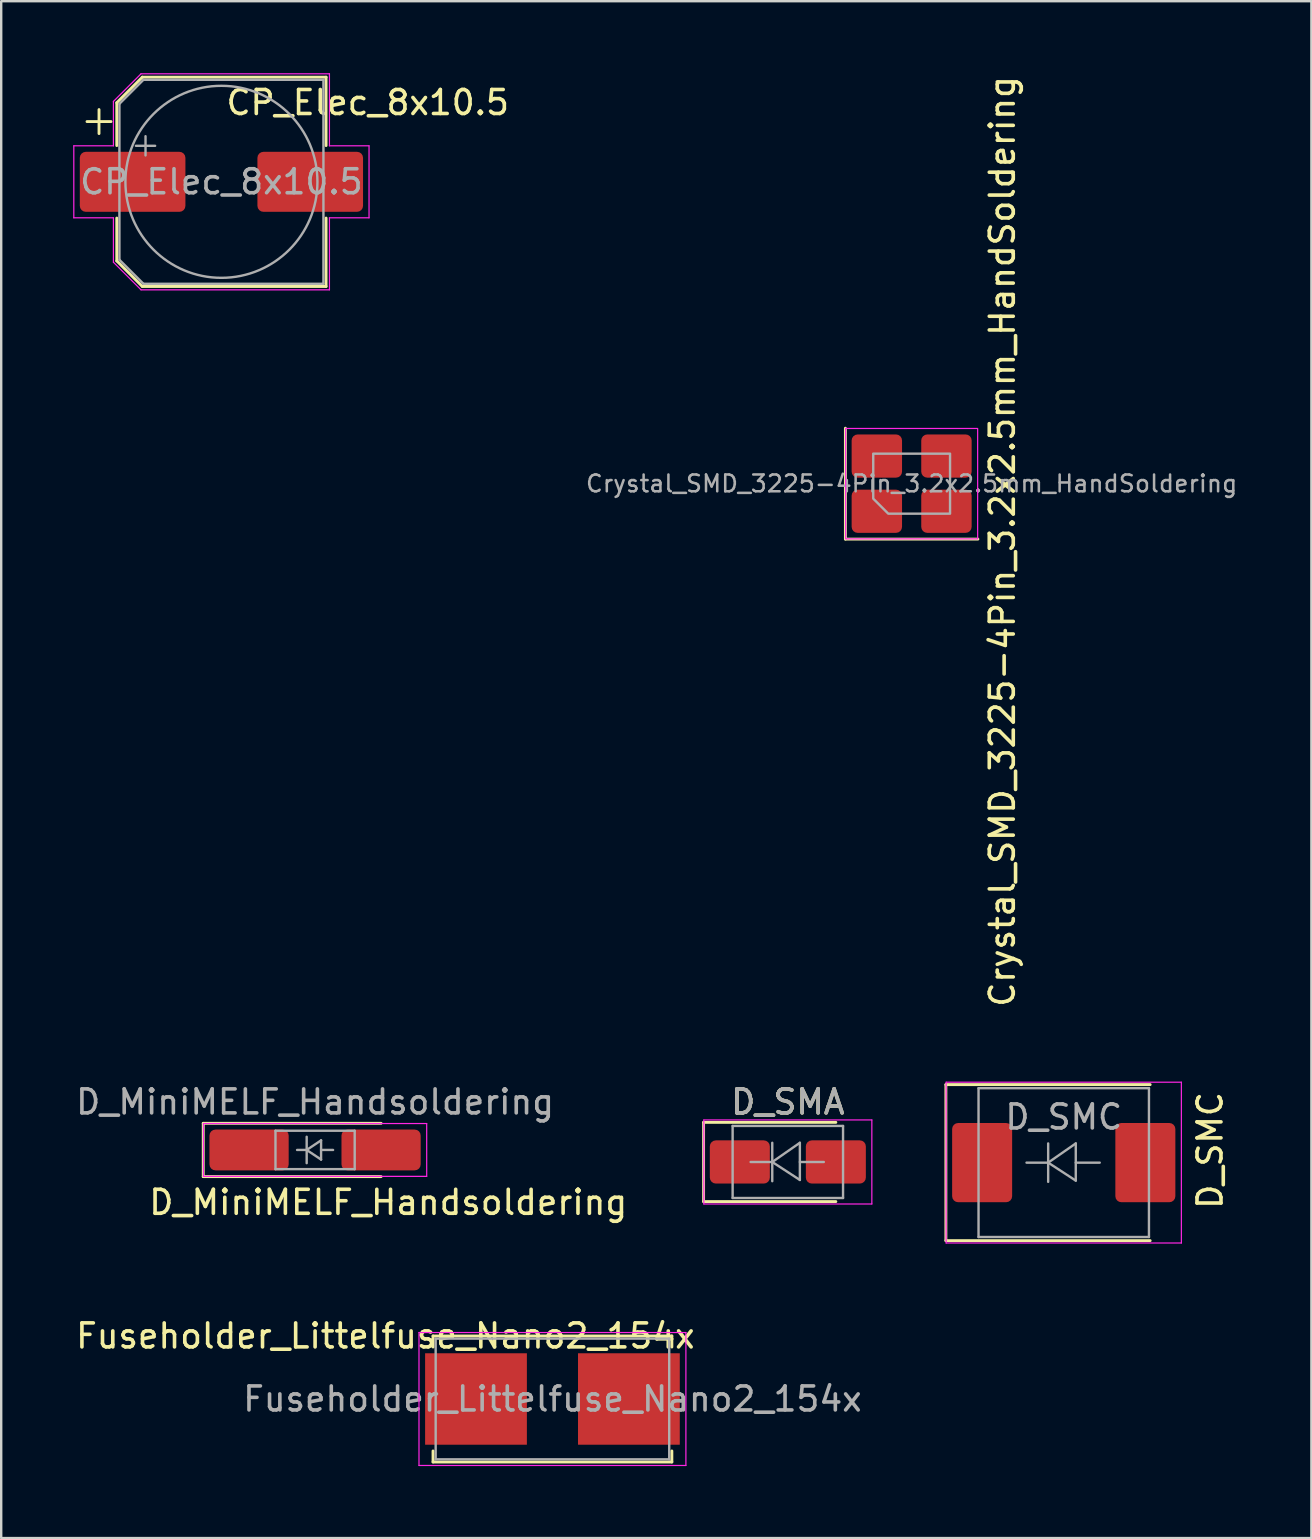
<source format=kicad_pcb>
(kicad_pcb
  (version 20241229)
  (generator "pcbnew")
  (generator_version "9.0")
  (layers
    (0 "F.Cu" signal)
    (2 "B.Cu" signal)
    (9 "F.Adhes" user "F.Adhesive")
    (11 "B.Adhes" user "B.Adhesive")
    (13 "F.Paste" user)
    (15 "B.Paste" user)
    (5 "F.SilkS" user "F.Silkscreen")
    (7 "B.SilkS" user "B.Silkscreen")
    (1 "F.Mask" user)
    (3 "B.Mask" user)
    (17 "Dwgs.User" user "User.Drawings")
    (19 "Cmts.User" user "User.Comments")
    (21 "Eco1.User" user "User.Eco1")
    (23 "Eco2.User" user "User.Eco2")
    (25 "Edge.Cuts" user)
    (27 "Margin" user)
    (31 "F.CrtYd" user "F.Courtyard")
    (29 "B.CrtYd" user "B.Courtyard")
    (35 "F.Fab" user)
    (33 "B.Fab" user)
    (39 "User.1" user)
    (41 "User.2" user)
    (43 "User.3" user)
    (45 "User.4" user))
  (footprint "D_MiniMELF_Handsoldering"
    (layer "F.Cu")
    (at 10.077 44.86)
    (property "Reference" "D_MiniMELF_Handsoldering" (at 3.048 2.183 180) (layer "F.SilkS") (effects (font (size 1 1) (thickness 0.15))))
    (attr smd)
    (fp_line (start -4.66 -1.11) (end -4.66 1.11) (stroke (width 0.12) (type solid)) (layer "F.SilkS"))
    (fp_line (start -4.66 1.11) (end 2.75 1.11) (stroke (width 0.12) (type solid)) (layer "F.SilkS"))
    (fp_line (start 2.75 -1.11) (end -4.66 -1.11) (stroke (width 0.12) (type solid)) (layer "F.SilkS"))
    (fp_line (start -4.65 -1.1) (end 4.65 -1.1) (stroke (width 0.05) (type solid)) (layer "F.CrtYd"))
    (fp_line (start -4.65 1.1) (end -4.65 -1.1) (stroke (width 0.05) (type solid)) (layer "F.CrtYd"))
    (fp_line (start 4.65 -1.1) (end 4.65 1.1) (stroke (width 0.05) (type solid)) (layer "F.CrtYd"))
    (fp_line (start 4.65 1.1) (end -4.65 1.1) (stroke (width 0.05) (type solid)) (layer "F.CrtYd"))
    (fp_line (start -1.65 -0.8) (end 1.65 -0.8) (stroke (width 0.1) (type solid)) (layer "F.Fab"))
    (fp_line (start -1.65 0.8) (end -1.65 -0.8) (stroke (width 0.1) (type solid)) (layer "F.Fab"))
    (fp_line (start -0.75 0) (end -0.35 0) (stroke (width 0.1) (type solid)) (layer "F.Fab"))
    (fp_line (start -0.35 0) (end -0.35 -0.55) (stroke (width 0.1) (type solid)) (layer "F.Fab"))
    (fp_line (start -0.35 0) (end -0.35 0.55) (stroke (width 0.1) (type solid)) (layer "F.Fab"))
    (fp_line (start -0.35 0) (end 0.25 -0.4) (stroke (width 0.1) (type solid)) (layer "F.Fab"))
    (fp_line (start 0.25 -0.4) (end 0.25 0.4) (stroke (width 0.1) (type solid)) (layer "F.Fab"))
    (fp_line (start 0.25 0) (end 0.75 0) (stroke (width 0.1) (type solid)) (layer "F.Fab"))
    (fp_line (start 0.25 0.4) (end -0.35 0) (stroke (width 0.1) (type solid)) (layer "F.Fab"))
    (fp_line (start 1.65 -0.8) (end 1.65 0.8) (stroke (width 0.1) (type solid)) (layer "F.Fab"))
    (fp_line (start 1.65 0.8) (end -1.65 0.8) (stroke (width 0.1) (type solid)) (layer "F.Fab"))
    (fp_text user "${REFERENCE}" (at 0 -2 180) (layer "F.Fab") (effects (font (size 1 1) (thickness 0.15))))
    (pad "1" smd roundrect (at -2.75 0) (size 3.3 1.7) (layers "F.Cu" "F.Mask" "F.Paste") (roundrect_rratio 0.147))
    (pad "2" smd roundrect (at 2.75 0) (size 3.3 1.7) (layers "F.Cu" "F.Mask" "F.Paste") (roundrect_rratio 0.147)))
  (footprint "D_SMA"
    (layer "F.Cu")
    (at 29.773 45.36)
    (property "Reference" "D_SMA" (at 0 -2.5 0) (layer "F.SilkS") (effects (font (size 1 1) (thickness 0.15))))
    (attr smd)
    (fp_line (start -3.51 -1.65) (end -3.51 1.65) (stroke (width 0.12) (type solid)) (layer "F.SilkS"))
    (fp_line (start -3.51 -1.65) (end 2 -1.65) (stroke (width 0.12) (type solid)) (layer "F.SilkS"))
    (fp_line (start -3.51 1.65) (end 2 1.65) (stroke (width 0.12) (type solid)) (layer "F.SilkS"))
    (fp_line (start -3.5 -1.75) (end 3.5 -1.75) (stroke (width 0.05) (type solid)) (layer "F.CrtYd"))
    (fp_line (start -3.5 1.75) (end -3.5 -1.75) (stroke (width 0.05) (type solid)) (layer "F.CrtYd"))
    (fp_line (start 3.5 -1.75) (end 3.5 1.75) (stroke (width 0.05) (type solid)) (layer "F.CrtYd"))
    (fp_line (start 3.5 1.75) (end -3.5 1.75) (stroke (width 0.05) (type solid)) (layer "F.CrtYd"))
    (fp_line (start -2.3 1.5) (end -2.3 -1.5) (stroke (width 0.1) (type solid)) (layer "F.Fab"))
    (fp_line (start -0.649 -0.799) (end -0.649 0.801) (stroke (width 0.1) (type solid)) (layer "F.Fab"))
    (fp_line (start -0.649 0.001) (end -1.551 0.001) (stroke (width 0.1) (type solid)) (layer "F.Fab"))
    (fp_line (start -0.649 0.001) (end 0.501 -0.799) (stroke (width 0.1) (type solid)) (layer "F.Fab"))
    (fp_line (start -0.649 0.001) (end 0.501 0.75) (stroke (width 0.1) (type solid)) (layer "F.Fab"))
    (fp_line (start 0.501 0.001) (end 1.499 0.001) (stroke (width 0.1) (type solid)) (layer "F.Fab"))
    (fp_line (start 0.501 0.75) (end 0.501 -0.799) (stroke (width 0.1) (type solid)) (layer "F.Fab"))
    (fp_line (start 2.3 -1.5) (end -2.3 -1.5) (stroke (width 0.1) (type solid)) (layer "F.Fab"))
    (fp_line (start 2.3 -1.5) (end 2.3 1.5) (stroke (width 0.1) (type solid)) (layer "F.Fab"))
    (fp_line (start 2.3 1.5) (end -2.3 1.5) (stroke (width 0.1) (type solid)) (layer "F.Fab"))
    (fp_text user "${REFERENCE}" (at 0 -2.5 0) (layer "F.Fab") (effects (font (size 1 1) (thickness 0.15))))
    (pad "1" smd roundrect (at -2 0) (size 2.5 1.8) (layers "F.Cu" "F.Mask" "F.Paste") (roundrect_rratio 0.139))
    (pad "2" smd roundrect (at 2 0) (size 2.5 1.8) (layers "F.Cu" "F.Mask" "F.Paste") (roundrect_rratio 0.139)))
  (footprint "D_SMC"
    (layer "F.Cu")
    (at 41.268 45.387)
    (property "Reference" "D_SMC" (at 6.096 -0.508 270) (layer "F.SilkS") (effects (font (size 1 1) (thickness 0.15))))
    (attr smd)
    (fp_line (start -4.91 -3.25) (end 3.6 -3.25) (stroke (width 0.12) (type solid)) (layer "F.SilkS"))
    (fp_line (start -4.91 3.25) (end -4.91 -3.25) (stroke (width 0.12) (type solid)) (layer "F.SilkS"))
    (fp_line (start -4.91 3.25) (end 3.6 3.25) (stroke (width 0.12) (type solid)) (layer "F.SilkS"))
    (fp_line (start -4.9 -3.35) (end 4.9 -3.35) (stroke (width 0.05) (type solid)) (layer "F.CrtYd"))
    (fp_line (start -4.9 3.35) (end -4.9 -3.35) (stroke (width 0.05) (type solid)) (layer "F.CrtYd"))
    (fp_line (start 4.9 -3.35) (end 4.9 3.35) (stroke (width 0.05) (type solid)) (layer "F.CrtYd"))
    (fp_line (start 4.9 3.35) (end -4.9 3.35) (stroke (width 0.05) (type solid)) (layer "F.CrtYd"))
    (fp_line (start -3.55 3.1) (end -3.55 -3.1) (stroke (width 0.1) (type solid)) (layer "F.Fab"))
    (fp_line (start -0.649 -0.799) (end -0.649 0.801) (stroke (width 0.1) (type solid)) (layer "F.Fab"))
    (fp_line (start -0.649 0.001) (end -1.551 0.001) (stroke (width 0.1) (type solid)) (layer "F.Fab"))
    (fp_line (start -0.649 0.001) (end 0.501 -0.799) (stroke (width 0.1) (type solid)) (layer "F.Fab"))
    (fp_line (start -0.649 0.001) (end 0.501 0.75) (stroke (width 0.1) (type solid)) (layer "F.Fab"))
    (fp_line (start 0.501 0.001) (end 1.499 0.001) (stroke (width 0.1) (type solid)) (layer "F.Fab"))
    (fp_line (start 0.501 0.75) (end 0.501 -0.799) (stroke (width 0.1) (type solid)) (layer "F.Fab"))
    (fp_line (start 3.55 -3.1) (end -3.55 -3.1) (stroke (width 0.1) (type solid)) (layer "F.Fab"))
    (fp_line (start 3.55 -3.1) (end 3.55 3.1) (stroke (width 0.1) (type solid)) (layer "F.Fab"))
    (fp_line (start 3.55 3.1) (end -3.55 3.1) (stroke (width 0.1) (type solid)) (layer "F.Fab"))
    (fp_text user "${REFERENCE}" (at 0 -1.9 180) (layer "F.Fab") (effects (font (size 1 1) (thickness 0.15))))
    (pad "1" smd roundrect (at -3.4 0 90) (size 3.3 2.5) (layers "F.Cu" "F.Mask" "F.Paste") (roundrect_rratio 0.1))
    (pad "2" smd roundrect (at 3.4 0 90) (size 3.3 2.5) (layers "F.Cu" "F.Mask" "F.Paste") (roundrect_rratio 0.1)))
  (footprint "Fuseholder_Littelfuse_Nano2_154x"
    (layer "F.Cu")
    (at 19.966 55.235)
    (property "Reference" "Fuseholder_Littelfuse_Nano2_154x" (at -6.96 -2.625 0) (unlocked yes) (layer "F.SilkS") (effects (font (size 1 1) (thickness 0.15))))
    (attr smd)
    (fp_line (start -4.975 -2.625) (end -4.975 -2.165) (stroke (width 0.12) (type solid)) (layer "F.SilkS"))
    (fp_line (start -4.975 -2.625) (end 4.975 -2.625) (stroke (width 0.12) (type solid)) (layer "F.SilkS"))
    (fp_line (start -4.975 2.165) (end -4.975 2.625) (stroke (width 0.12) (type solid)) (layer "F.SilkS"))
    (fp_line (start -4.975 2.625) (end 4.975 2.625) (stroke (width 0.12) (type solid)) (layer "F.SilkS"))
    (fp_line (start 4.975 -2.625) (end 4.975 -2.165) (stroke (width 0.12) (type solid)) (layer "F.SilkS"))
    (fp_line (start 4.975 2.625) (end 4.975 2.165) (stroke (width 0.12) (type solid)) (layer "F.SilkS"))
    (fp_line (start -5.56 -2.77) (end -5.56 2.77) (stroke (width 0.05) (type solid)) (layer "F.CrtYd"))
    (fp_line (start -5.56 -2.77) (end 5.56 -2.77) (stroke (width 0.05) (type solid)) (layer "F.CrtYd"))
    (fp_line (start -5.56 2.77) (end 5.56 2.77) (stroke (width 0.05) (type solid)) (layer "F.CrtYd"))
    (fp_line (start 5.56 -2.77) (end 5.56 2.77) (stroke (width 0.05) (type solid)) (layer "F.CrtYd"))
    (fp_line (start -4.865 -2.515) (end -4.865 2.515) (stroke (width 0.1) (type solid)) (layer "F.Fab"))
    (fp_line (start -4.865 -2.515) (end 4.865 -2.515) (stroke (width 0.1) (type solid)) (layer "F.Fab"))
    (fp_line (start -4.865 2.515) (end 4.865 2.515) (stroke (width 0.1) (type solid)) (layer "F.Fab"))
    (fp_line (start 4.865 2.515) (end 4.865 -2.515) (stroke (width 0.1) (type solid)) (layer "F.Fab"))
    (fp_text user "${REFERENCE}" (at 0 0 0) (layer "F.Fab") (effects (font (size 1 1) (thickness 0.15))))
    (pad "1" smd rect (at -3.185 0) (size 4.24 3.81) (layers "F.Cu" "F.Mask" "F.Paste"))
    (pad "2" smd rect (at 3.185 0) (size 4.24 3.81) (layers "F.Cu" "F.Mask" "F.Paste")))
  (footprint "Crystal_SMD_3225-4Pin_3.2x2.5mm_HandSoldering"
    (layer "F.Cu")
    (at 34.931 17.1)
    (property "Reference" "Crystal_SMD_3225-4Pin_3.2x2.5mm_HandSoldering" (at 3.779 2.406 90) (layer "F.SilkS") (effects (font (size 1 1) (thickness 0.15))))
    (attr smd)
    (fp_line (start -2.76 -2.31) (end -2.76 2.31) (stroke (width 0.12) (type solid)) (layer "F.SilkS"))
    (fp_line (start -2.76 2.31) (end 2.76 2.31) (stroke (width 0.12) (type solid)) (layer "F.SilkS"))
    (fp_rect (start -2.75 -2.3) (end 2.75 2.3) (stroke (width 0.05) (type solid)) (fill no) (layer "F.CrtYd"))
    (fp_poly (pts (xy -1.6 -1.25) (xy -1.6 0.625) (xy -0.975 1.25) (xy 1.6 1.25) (xy 1.6 -1.25)) (stroke (width 0.1) (type solid)) (fill no) (layer "F.Fab"))
    (fp_text user "${REFERENCE}" (at 0 0 0) (layer "F.Fab") (effects (font (size 0.7 0.7) (thickness 0.105))))
    (pad "1" smd roundrect (at -1.45 1.15) (size 2.1 1.8) (layers "F.Cu" "F.Mask" "F.Paste") (roundrect_rratio 0.139))
    (pad "2" smd roundrect (at 1.45 1.15) (size 2.1 1.8) (layers "F.Cu" "F.Mask" "F.Paste") (roundrect_rratio 0.139))
    (pad "3" smd roundrect (at 1.45 -1.15) (size 2.1 1.8) (layers "F.Cu" "F.Mask" "F.Paste") (roundrect_rratio 0.139))
    (pad "4" smd roundrect (at -1.45 -1.15) (size 2.1 1.8) (layers "F.Cu" "F.Mask" "F.Paste") (roundrect_rratio 0.139)))
  (footprint "CP_Elec_8x10.5"
    (layer "F.Cu")
    (at 6.175 4.525)
    (property "Reference" "CP_Elec_8x10.5" (at 6.096 -3.302 0) (layer "F.SilkS") (effects (font (size 1 1) (thickness 0.15))))
    (attr smd)
    (fp_line (start -5.6 -2.51) (end -4.6 -2.51) (stroke (width 0.12) (type solid)) (layer "F.SilkS"))
    (fp_line (start -5.1 -3.01) (end -5.1 -2.01) (stroke (width 0.12) (type solid)) (layer "F.SilkS"))
    (fp_line (start -4.36 -3.296) (end -4.36 -1.51) (stroke (width 0.12) (type solid)) (layer "F.SilkS"))
    (fp_line (start -4.36 -3.296) (end -3.296 -4.36) (stroke (width 0.12) (type solid)) (layer "F.SilkS"))
    (fp_line (start -4.36 3.296) (end -4.36 1.51) (stroke (width 0.12) (type solid)) (layer "F.SilkS"))
    (fp_line (start -4.36 3.296) (end -3.296 4.36) (stroke (width 0.12) (type solid)) (layer "F.SilkS"))
    (fp_line (start -3.296 -4.36) (end 4.36 -4.36) (stroke (width 0.12) (type solid)) (layer "F.SilkS"))
    (fp_line (start -3.296 4.36) (end 4.36 4.36) (stroke (width 0.12) (type solid)) (layer "F.SilkS"))
    (fp_line (start 4.36 -4.36) (end 4.36 -1.51) (stroke (width 0.12) (type solid)) (layer "F.SilkS"))
    (fp_line (start 4.36 4.36) (end 4.36 1.51) (stroke (width 0.12) (type solid)) (layer "F.SilkS"))
    (fp_line (start -6.15 -1.5) (end -6.15 1.5) (stroke (width 0.05) (type solid)) (layer "F.CrtYd"))
    (fp_line (start -6.15 1.5) (end -4.5 1.5) (stroke (width 0.05) (type solid)) (layer "F.CrtYd"))
    (fp_line (start -4.5 -3.35) (end -4.5 -1.5) (stroke (width 0.05) (type solid)) (layer "F.CrtYd"))
    (fp_line (start -4.5 -3.35) (end -3.35 -4.5) (stroke (width 0.05) (type solid)) (layer "F.CrtYd"))
    (fp_line (start -4.5 -1.5) (end -6.15 -1.5) (stroke (width 0.05) (type solid)) (layer "F.CrtYd"))
    (fp_line (start -4.5 1.5) (end -4.5 3.35) (stroke (width 0.05) (type solid)) (layer "F.CrtYd"))
    (fp_line (start -4.5 3.35) (end -3.35 4.5) (stroke (width 0.05) (type solid)) (layer "F.CrtYd"))
    (fp_line (start -3.35 -4.5) (end 4.5 -4.5) (stroke (width 0.05) (type solid)) (layer "F.CrtYd"))
    (fp_line (start -3.35 4.5) (end 4.5 4.5) (stroke (width 0.05) (type solid)) (layer "F.CrtYd"))
    (fp_line (start 4.5 -4.5) (end 4.5 -1.5) (stroke (width 0.05) (type solid)) (layer "F.CrtYd"))
    (fp_line (start 4.5 -1.5) (end 6.15 -1.5) (stroke (width 0.05) (type solid)) (layer "F.CrtYd"))
    (fp_line (start 4.5 1.5) (end 4.5 4.5) (stroke (width 0.05) (type solid)) (layer "F.CrtYd"))
    (fp_line (start 6.15 -1.5) (end 6.15 1.5) (stroke (width 0.05) (type solid)) (layer "F.CrtYd"))
    (fp_line (start 6.15 1.5) (end 4.5 1.5) (stroke (width 0.05) (type solid)) (layer "F.CrtYd"))
    (fp_line (start -4.25 -3.25) (end -4.25 3.25) (stroke (width 0.1) (type solid)) (layer "F.Fab"))
    (fp_line (start -4.25 -3.25) (end -3.25 -4.25) (stroke (width 0.1) (type solid)) (layer "F.Fab"))
    (fp_line (start -4.25 3.25) (end -3.25 4.25) (stroke (width 0.1) (type solid)) (layer "F.Fab"))
    (fp_line (start -3.562 -1.5) (end -2.762 -1.5) (stroke (width 0.1) (type solid)) (layer "F.Fab"))
    (fp_line (start -3.25 -4.25) (end 4.25 -4.25) (stroke (width 0.1) (type solid)) (layer "F.Fab"))
    (fp_line (start -3.25 4.25) (end 4.25 4.25) (stroke (width 0.1) (type solid)) (layer "F.Fab"))
    (fp_line (start -3.162 -1.9) (end -3.162 -1.1) (stroke (width 0.1) (type solid)) (layer "F.Fab"))
    (fp_line (start 4.25 -4.25) (end 4.25 4.25) (stroke (width 0.1) (type solid)) (layer "F.Fab"))
    (fp_circle (center 0 0) (end 4 0) (stroke (width 0.1) (type solid)) (fill no) (layer "F.Fab"))
    (fp_text user "${REFERENCE}" (at 0 0 0) (layer "F.Fab") (effects (font (size 1 1) (thickness 0.15))))
    (pad "1" smd roundrect (at -3.7 0) (size 4.4 2.5) (layers "F.Cu" "F.Mask" "F.Paste") (roundrect_rratio 0.1))
    (pad "2" smd roundrect (at 3.7 0) (size 4.4 2.5) (layers "F.Cu" "F.Mask" "F.Paste") (roundrect_rratio 0.1)))
  (gr_rect
    (start -3 -3)
    (end 51.585 61.03)
    (stroke (width 0.1) (type default))
    (fill no)
    (layer "Edge.Cuts")))
</source>
